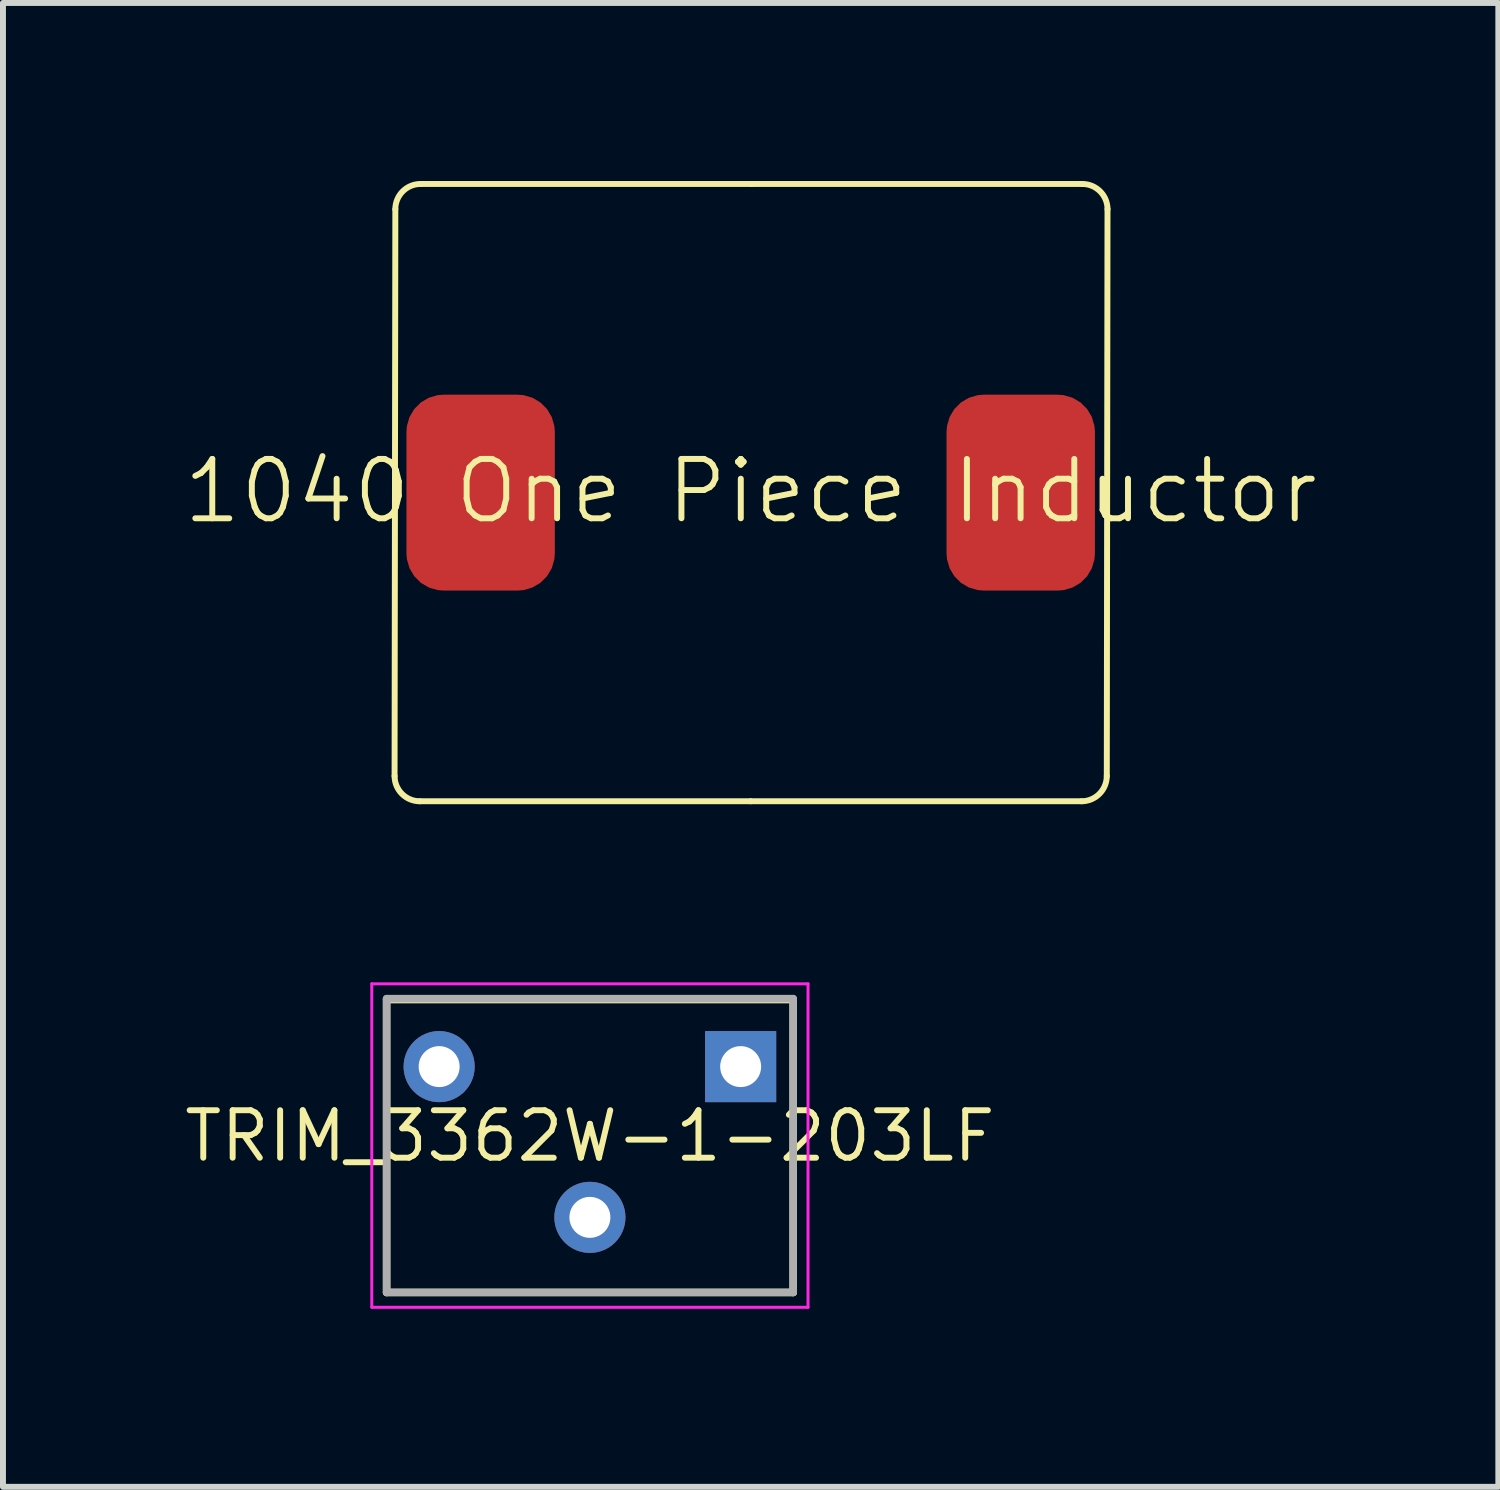
<source format=kicad_pcb>
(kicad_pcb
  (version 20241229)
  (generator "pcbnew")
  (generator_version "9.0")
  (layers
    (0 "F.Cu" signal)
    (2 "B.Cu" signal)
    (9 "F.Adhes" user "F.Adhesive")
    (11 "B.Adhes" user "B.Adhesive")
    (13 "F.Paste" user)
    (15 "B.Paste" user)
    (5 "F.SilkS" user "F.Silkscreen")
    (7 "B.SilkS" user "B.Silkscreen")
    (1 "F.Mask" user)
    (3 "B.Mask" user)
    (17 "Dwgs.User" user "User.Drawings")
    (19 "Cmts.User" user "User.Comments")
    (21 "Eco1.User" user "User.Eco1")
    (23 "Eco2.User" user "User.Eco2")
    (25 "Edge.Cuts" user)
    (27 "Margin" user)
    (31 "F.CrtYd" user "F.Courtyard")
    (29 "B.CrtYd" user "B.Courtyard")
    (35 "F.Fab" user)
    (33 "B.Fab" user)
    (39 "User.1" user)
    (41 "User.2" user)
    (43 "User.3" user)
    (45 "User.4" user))
  (footprint "1040 One Piece Inductor"
    (layer "F.Cu")
    (at 9.598 5.25)
    (property "Reference" "1040 One Piece Inductor" (at 0 -0.025 0) (unlocked yes) (layer "F.SilkS") (effects (font (size 1 1) (thickness 0.1))))
    (attr smd)
    (fp_line (start -5.987 -4.775) (end -6 4.775) (stroke (width 0.1) (type default)) (layer "F.SilkS"))
    (fp_line (start -5.575 5.2) (end 0 5.2) (stroke (width 0.1) (type default)) (layer "F.SilkS"))
    (fp_line (start -5.562 -5.2) (end 0.013 -5.2) (stroke (width 0.1) (type default)) (layer "F.SilkS"))
    (fp_line (start 5.575 5.2) (end 0 5.2) (stroke (width 0.1) (type default)) (layer "F.SilkS"))
    (fp_line (start 5.587 -5.2) (end 0.013 -5.2) (stroke (width 0.1) (type default)) (layer "F.SilkS"))
    (fp_line (start 6.012 -4.775) (end 6 4.775) (stroke (width 0.1) (type default)) (layer "F.SilkS"))
    (fp_arc (start -5.98711 -4.77526) (mid -5.86263 -5.07578) (end -5.56211 -5.20026) (stroke (width 0.1) (type default)) (layer "F.SilkS"))
    (fp_arc (start -5.57474 5.20026) (mid -5.87526 5.07578) (end -5.99974 4.77526) (stroke (width 0.1) (type default)) (layer "F.SilkS"))
    (fp_arc (start 5.58737 -5.20026) (mid 5.88789 -5.07578) (end 6.01237 -4.77526) (stroke (width 0.1) (type default)) (layer "F.SilkS"))
    (fp_arc (start 5.99974 4.77526) (mid 5.87526 5.07578) (end 5.57474 5.20026) (stroke (width 0.1) (type default)) (layer "F.SilkS"))
    (pad "1" smd roundrect (at 4.55 0) (size 2.5 3.3) (layers "F.Cu" "F.Mask" "F.Paste") (roundrect_rratio 0.25))
    (pad "2" smd roundrect (at -4.55 0) (size 2.5 3.3) (layers "F.Cu" "F.Mask" "F.Paste") (roundrect_rratio 0.25)))
  (footprint "TRIM_3362W-1-203LF"
    (layer "F.Cu")
    (at 6.889 16.191)
    (property "Reference" "TRIM_3362W-1-203LF" (at 0 -0.1 0) (layer "F.SilkS") (effects (font (size 0.8 0.8) (thickness 0.1))))
    (attr through_hole)
    (fp_line (start -3.425 -2.4) (end -3.425 2.535) (stroke (width 0.127) (type solid)) (layer "F.SilkS"))
    (fp_line (start -3.425 2.535) (end 3.425 2.535) (stroke (width 0.127) (type solid)) (layer "F.SilkS"))
    (fp_line (start 3.425 -2.4) (end -3.425 -2.4) (stroke (width 0.127) (type solid)) (layer "F.SilkS"))
    (fp_line (start 3.425 2.535) (end 3.425 -2.4) (stroke (width 0.127) (type solid)) (layer "F.SilkS"))
    (fp_line (start -3.675 -2.665) (end -3.675 2.785) (stroke (width 0.05) (type solid)) (layer "F.CrtYd"))
    (fp_line (start -3.675 2.785) (end 3.675 2.785) (stroke (width 0.05) (type solid)) (layer "F.CrtYd"))
    (fp_line (start 3.675 -2.665) (end -3.675 -2.665) (stroke (width 0.05) (type solid)) (layer "F.CrtYd"))
    (fp_line (start 3.675 2.785) (end 3.675 -2.665) (stroke (width 0.05) (type solid)) (layer "F.CrtYd"))
    (fp_line (start -3.425 -2.415) (end -3.425 2.535) (stroke (width 0.127) (type solid)) (layer "F.Fab"))
    (fp_line (start -3.425 2.535) (end 3.425 2.535) (stroke (width 0.127) (type solid)) (layer "F.Fab"))
    (fp_line (start 3.425 -2.415) (end -3.425 -2.415) (stroke (width 0.127) (type solid)) (layer "F.Fab"))
    (fp_line (start 3.425 2.535) (end 3.425 -2.415) (stroke (width 0.127) (type solid)) (layer "F.Fab"))
    (pad "1" thru_hole rect (at 2.54 -1.27) (size 1.198 1.198) (drill 0.69) (layers "*.Cu" "*.Mask"))
    (pad "2" thru_hole circle (at 0 1.27) (size 1.198 1.198) (drill 0.69) (layers "*.Cu" "*.Mask"))
    (pad "3" thru_hole circle (at -2.54 -1.27) (size 1.198 1.198) (drill 0.69) (layers "*.Cu" "*.Mask")))
  (gr_rect
    (start -3 -3)
    (end 22.195 22.001)
    (stroke (width 0.1) (type default))
    (fill no)
    (layer "Edge.Cuts")))
</source>
